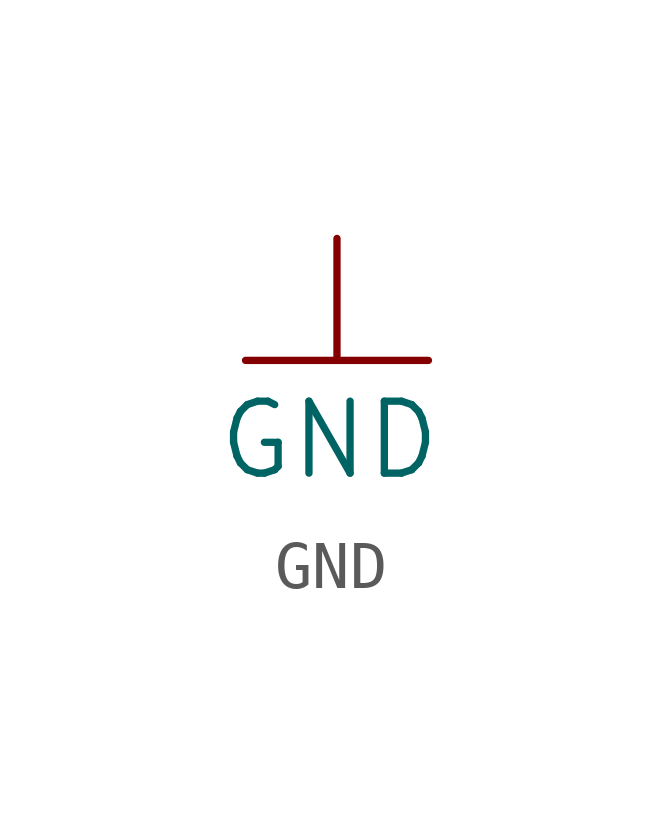
<source format=kicad_sym>
(kicad_symbol_lib
  (version 20220914)
  (generator kicad_symbol_editor)
  (symbol "GND"
    (power)
    (pin_names
      (offset 1.016))
    (property "Reference" "#GND"
      (at 0 0 0)
      (effects (font (size 1.27 1.27)) hide))
    (property "Value" "GND"
      (at -2.54 -2.54 0)
      (effects (font (size 1.499 1.499)) (justify left bottom)))
    (property "ki_locked" ""
      (at 0 0 0)
      (effects (font (size 1.27 1.27))))
    (symbol "GND_1_0"
      (polyline (pts (xy -1.905 0) (xy 1.905 0)) (stroke (width 0) (type default)) (fill (type none)))
      (pin power_in line (at 0 2.54 270) (length 2.54) (name "GND" (effects (font (size 0 0)))) (number "1" (effects (font (size 0 0))))))))
</source>
